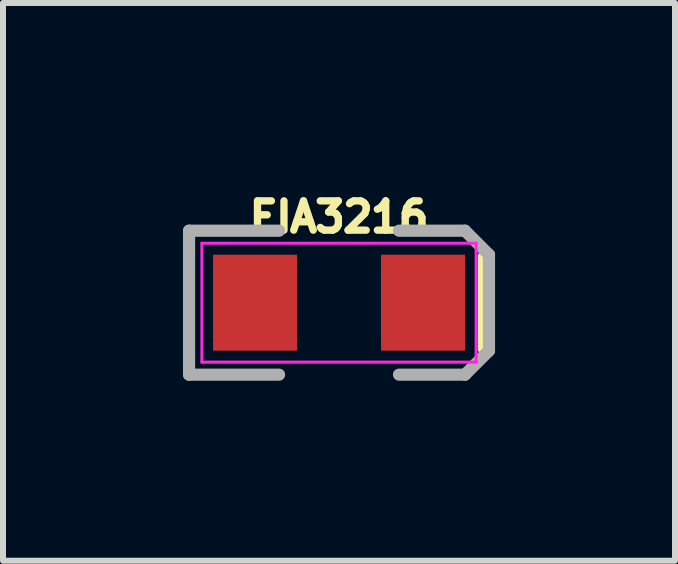
<source format=kicad_pcb>
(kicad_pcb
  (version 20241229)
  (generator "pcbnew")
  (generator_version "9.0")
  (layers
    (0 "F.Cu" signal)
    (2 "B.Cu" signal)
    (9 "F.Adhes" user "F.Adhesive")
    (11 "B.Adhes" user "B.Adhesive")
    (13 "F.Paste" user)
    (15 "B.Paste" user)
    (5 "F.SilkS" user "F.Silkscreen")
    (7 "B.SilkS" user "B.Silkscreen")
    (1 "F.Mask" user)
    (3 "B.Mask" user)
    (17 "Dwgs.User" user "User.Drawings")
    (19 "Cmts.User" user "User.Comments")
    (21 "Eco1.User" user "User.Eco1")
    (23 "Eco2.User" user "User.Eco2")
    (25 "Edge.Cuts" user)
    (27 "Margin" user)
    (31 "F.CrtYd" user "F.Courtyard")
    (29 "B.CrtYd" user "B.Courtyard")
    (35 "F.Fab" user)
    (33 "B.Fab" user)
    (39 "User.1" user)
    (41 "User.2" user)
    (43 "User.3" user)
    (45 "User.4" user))
  (footprint "EIA3216"
    (layer "F.Cu")
    (at 2.602 1.996)
    (property "Reference" "EIA3216" (at 0 -1.143 0) (layer "F.SilkS") (effects (font (size 0.488 0.488) (thickness 0.122)) (justify bottom)))
    (fp_line (start 2.413 -0.762) (end 2.413 0.762) (stroke (width 0.203) (type solid)) (layer "F.SilkS"))
    (fp_line (start -2.286 -0.991) (end 2.286 -0.991) (stroke (width 0.051) (type solid)) (layer "F.CrtYd"))
    (fp_line (start -2.286 0.991) (end -2.286 -0.991) (stroke (width 0.051) (type solid)) (layer "F.CrtYd"))
    (fp_line (start 2.286 -0.991) (end 2.286 0.991) (stroke (width 0.051) (type solid)) (layer "F.CrtYd"))
    (fp_line (start 2.286 0.991) (end -2.286 0.991) (stroke (width 0.051) (type solid)) (layer "F.CrtYd"))
    (fp_line (start -2.5 -1.2) (end -1 -1.2) (stroke (width 0.203) (type solid)) (layer "F.Fab"))
    (fp_line (start -2.5 1.2) (end -2.5 -1.2) (stroke (width 0.203) (type solid)) (layer "F.Fab"))
    (fp_line (start -1 1.2) (end -2.5 1.2) (stroke (width 0.203) (type solid)) (layer "F.Fab"))
    (fp_line (start 1 1.2) (end 2.1 1.2) (stroke (width 0.203) (type solid)) (layer "F.Fab"))
    (fp_line (start 2.1 -1.2) (end 1 -1.2) (stroke (width 0.203) (type solid)) (layer "F.Fab"))
    (fp_line (start 2.1 1.2) (end 2.5 0.8) (stroke (width 0.203) (type solid)) (layer "F.Fab"))
    (fp_line (start 2.5 -0.8) (end 2.1 -1.2) (stroke (width 0.203) (type solid)) (layer "F.Fab"))
    (fp_line (start 2.5 0.8) (end 2.5 -0.8) (stroke (width 0.203) (type solid)) (layer "F.Fab"))
    (pad "+" smd rect (at 1.4 0 90) (size 1.6 1.4) (layers "F.Cu" "F.Mask" "F.Paste"))
    (pad "-" smd rect (at -1.4 0 90) (size 1.6 1.4) (layers "F.Cu" "F.Mask" "F.Paste")))
  (gr_rect
    (start -3 -3)
    (end 8.203 6.298)
    (stroke (width 0.1) (type default))
    (fill no)
    (layer "Edge.Cuts")))
</source>
